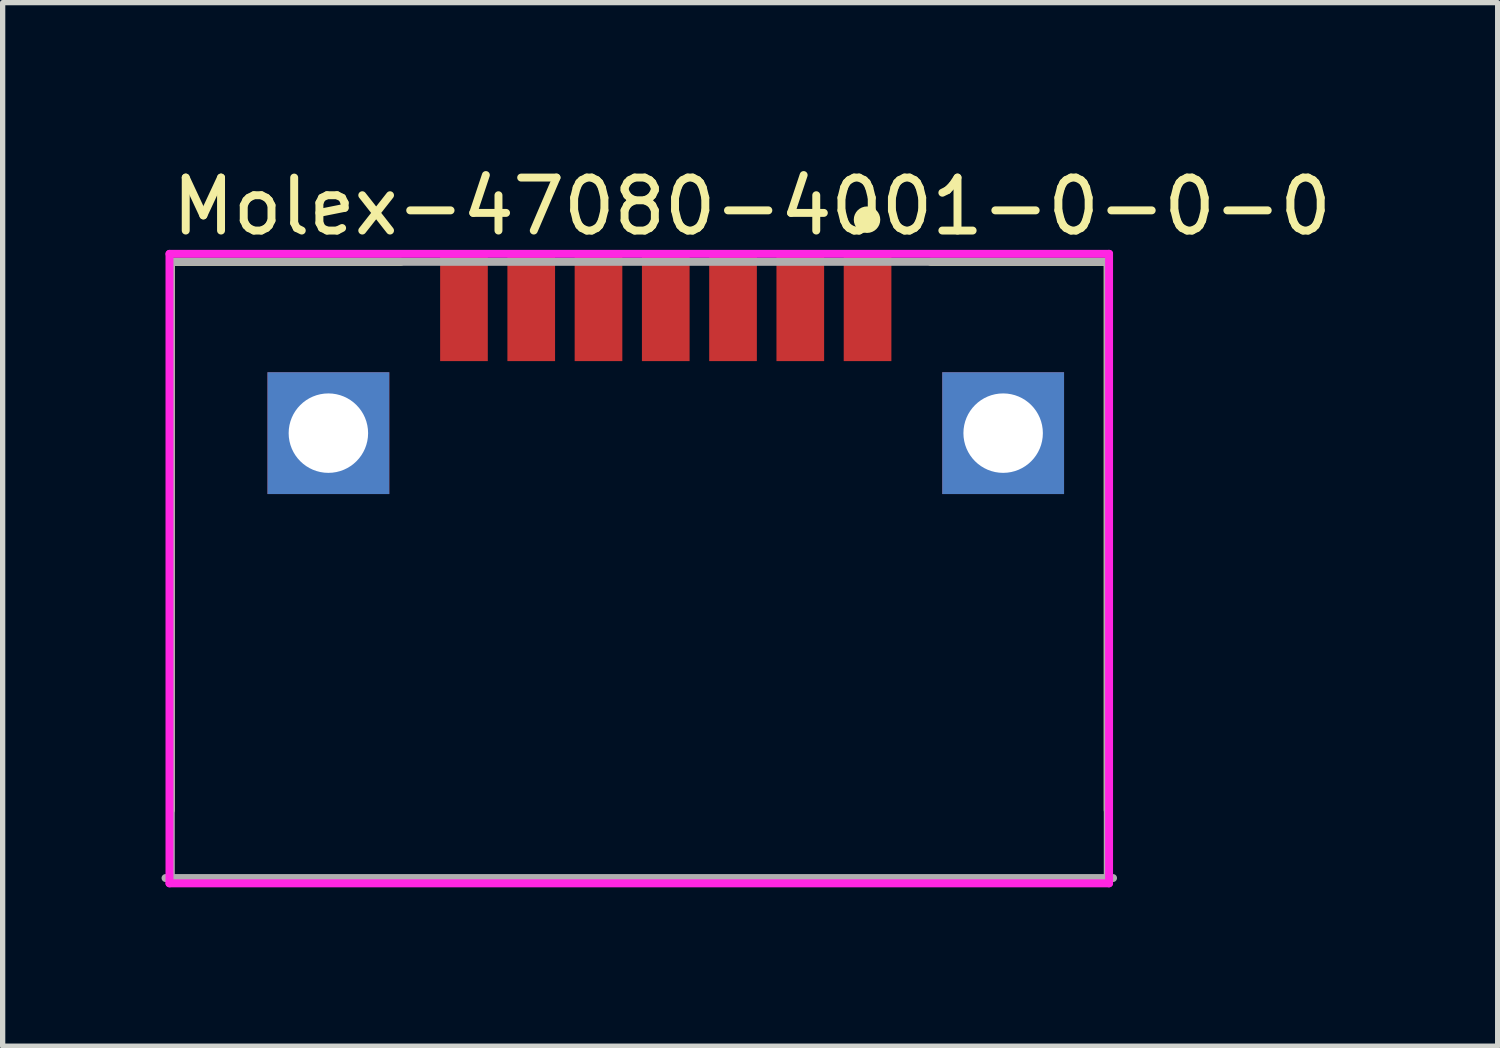
<source format=kicad_pcb>
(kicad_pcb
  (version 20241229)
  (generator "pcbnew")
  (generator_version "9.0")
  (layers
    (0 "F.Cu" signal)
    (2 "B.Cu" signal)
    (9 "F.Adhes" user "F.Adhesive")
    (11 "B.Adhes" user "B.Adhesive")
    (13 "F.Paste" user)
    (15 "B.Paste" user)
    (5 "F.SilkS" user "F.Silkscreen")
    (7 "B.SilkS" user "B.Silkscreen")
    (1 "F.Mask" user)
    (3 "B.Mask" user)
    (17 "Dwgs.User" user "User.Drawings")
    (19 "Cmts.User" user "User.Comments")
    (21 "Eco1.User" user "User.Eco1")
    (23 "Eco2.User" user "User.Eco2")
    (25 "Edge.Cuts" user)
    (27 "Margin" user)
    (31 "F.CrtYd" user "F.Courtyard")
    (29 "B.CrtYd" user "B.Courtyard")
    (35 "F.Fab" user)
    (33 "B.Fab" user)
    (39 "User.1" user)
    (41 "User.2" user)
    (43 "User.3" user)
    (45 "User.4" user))
  (footprint "Molex-47080-4001-0-0-0"
    (layer "F.Cu")
    (at 9.02 7.748)
    (property "Reference" "Molex-47080-4001-0-0-0" (at -8.9 -6.9 0) (layer "F.SilkS") (effects (font (size 1 1) (thickness 0.15)) (justify left)))
    (attr through_hole)
    (fp_line (start -8.845 -5.855) (end -8.845 4.5) (stroke (width 0.15) (type solid)) (layer "F.SilkS"))
    (fp_line (start -8.845 -5.855) (end -4.5 -5.855) (stroke (width 0.15) (type solid)) (layer "F.SilkS"))
    (fp_line (start 8.845 -5.855) (end 5.5 -5.855) (stroke (width 0.15) (type solid)) (layer "F.SilkS"))
    (fp_line (start 8.845 -5.855) (end 8.845 4.5) (stroke (width 0.15) (type solid)) (layer "F.SilkS"))
    (fp_circle (center 4.3 -6.65) (end 4.425 -6.65) (stroke (width 0.25) (type solid)) (fill no) (layer "F.SilkS"))
    (fp_line (start -8.87 -6.005) (end -8.87 5.88) (stroke (width 0.15) (type solid)) (layer "F.CrtYd"))
    (fp_line (start -8.87 5.88) (end 8.87 5.88) (stroke (width 0.15) (type solid)) (layer "F.CrtYd"))
    (fp_line (start 8.87 -6.005) (end -8.87 -6.005) (stroke (width 0.15) (type solid)) (layer "F.CrtYd"))
    (fp_line (start 8.87 -6.005) (end 8.87 -6.005) (stroke (width 0.15) (type solid)) (layer "F.CrtYd"))
    (fp_line (start 8.87 5.88) (end 8.87 -6.005) (stroke (width 0.15) (type solid)) (layer "F.CrtYd"))
    (fp_line (start -8.845 -5.855) (end 8.845 -5.855) (stroke (width 0.15) (type solid)) (layer "F.Fab"))
    (fp_line (start -8.845 5.855) (end -8.845 -5.855) (stroke (width 0.15) (type solid)) (layer "F.Fab"))
    (fp_line (start 8.845 -5.855) (end 8.845 5.855) (stroke (width 0.15) (type solid)) (layer "F.Fab"))
    (fp_line (start 8.845 5.855) (end -8.845 5.855) (stroke (width 0.15) (type solid)) (layer "F.Fab"))
    (fp_line (start 8.945 5.78) (end -8.945 5.78) (stroke (width 0.15) (type solid)) (layer "F.Fab"))
    (pad "1" smd rect (at 4.31 -4.98) (size 0.9 2) (layers "F.Cu" "F.Mask" "F.Paste"))
    (pad "2" smd rect (at 3.04 -4.98) (size 0.9 2) (layers "F.Cu" "F.Mask" "F.Paste"))
    (pad "3" smd rect (at 1.77 -4.98) (size 0.9 2) (layers "F.Cu" "F.Mask" "F.Paste"))
    (pad "4" smd rect (at 0.5 -4.98) (size 0.9 2) (layers "F.Cu" "F.Mask" "F.Paste"))
    (pad "5" smd rect (at -0.77 -4.98) (size 0.9 2) (layers "F.Cu" "F.Mask" "F.Paste"))
    (pad "6" smd rect (at -2.04 -4.98) (size 0.9 2) (layers "F.Cu" "F.Mask" "F.Paste"))
    (pad "7" smd rect (at -3.31 -4.98) (size 0.9 2) (layers "F.Cu" "F.Mask" "F.Paste"))
    (pad "8" thru_hole rect (at -5.87 -2.62) (size 2.3 2.3) (drill 1.5) (layers "*.Cu" "*.Mask"))
    (pad "9" thru_hole rect (at 6.87 -2.62) (size 2.3 2.3) (drill 1.5) (layers "*.Cu" "*.Mask")))
  (gr_rect
    (start -3 -3)
    (end 25.227 16.703)
    (stroke (width 0.1) (type default))
    (fill no)
    (layer "Edge.Cuts")))
</source>
